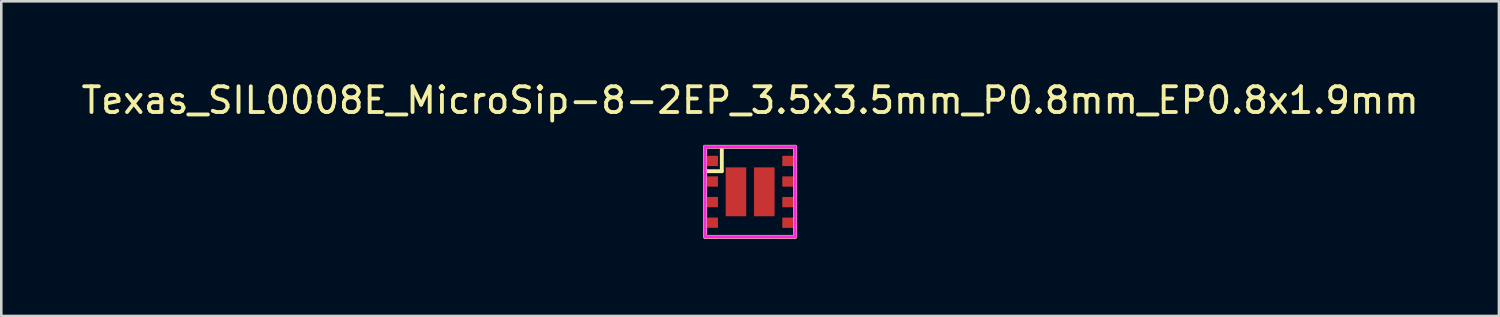
<source format=kicad_pcb>
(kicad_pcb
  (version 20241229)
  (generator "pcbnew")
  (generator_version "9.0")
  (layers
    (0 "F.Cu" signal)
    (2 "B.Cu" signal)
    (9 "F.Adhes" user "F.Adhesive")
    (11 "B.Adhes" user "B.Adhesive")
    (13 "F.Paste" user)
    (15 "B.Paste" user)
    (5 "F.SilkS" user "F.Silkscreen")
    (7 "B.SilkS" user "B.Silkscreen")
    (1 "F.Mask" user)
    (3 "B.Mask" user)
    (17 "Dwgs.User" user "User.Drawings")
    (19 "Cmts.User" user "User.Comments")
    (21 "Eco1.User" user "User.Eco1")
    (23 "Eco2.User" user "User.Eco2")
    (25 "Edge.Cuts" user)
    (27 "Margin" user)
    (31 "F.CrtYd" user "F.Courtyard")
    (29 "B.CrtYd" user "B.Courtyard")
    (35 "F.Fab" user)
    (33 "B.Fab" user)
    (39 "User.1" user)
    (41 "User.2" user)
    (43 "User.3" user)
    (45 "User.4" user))
  (footprint "Texas_SIL0008E_MicroSip-8-2EP_3.5x3.5mm_P0.8mm_EP0.8x1.9mm"
    (layer "F.Cu")
    (at 26.101 4.404)
    (property "Reference" "Texas_SIL0008E_MicroSip-8-2EP_3.5x3.5mm_P0.8mm_EP0.8x1.9mm" (at 0 -3.556 0) (layer "F.SilkS") (effects (font (size 1 1) (thickness 0.15))))
    (attr through_hole)
    (fp_line (start -1.75 -1.75) (end -1.75 1.75) (stroke (width 0.15) (type solid)) (layer "F.SilkS"))
    (fp_line (start -1.75 -0.8) (end -1.1 -0.8) (stroke (width 0.15) (type solid)) (layer "F.SilkS"))
    (fp_line (start -1.75 1.75) (end 1.75 1.75) (stroke (width 0.15) (type solid)) (layer "F.SilkS"))
    (fp_line (start -1.1 -0.8) (end -1.1 -1.7) (stroke (width 0.15) (type solid)) (layer "F.SilkS"))
    (fp_line (start 1.75 -1.75) (end -1.75 -1.75) (stroke (width 0.15) (type solid)) (layer "F.SilkS"))
    (fp_line (start 1.75 1.75) (end 1.75 -1.75) (stroke (width 0.15) (type solid)) (layer "F.SilkS"))
    (fp_line (start -1.75 -1.75) (end -1.75 1.75) (stroke (width 0.12) (type solid)) (layer "F.CrtYd"))
    (fp_line (start -1.75 1.75) (end 1.75 1.75) (stroke (width 0.12) (type solid)) (layer "F.CrtYd"))
    (fp_line (start 1.75 -1.75) (end -1.75 -1.75) (stroke (width 0.12) (type solid)) (layer "F.CrtYd"))
    (fp_line (start 1.75 1.75) (end 1.75 -1.75) (stroke (width 0.12) (type solid)) (layer "F.CrtYd"))
    (pad "1" smd rect (at -1.475 -1.2) (size 0.45 0.4) (layers "F.Cu" "F.Mask" "F.Paste"))
    (pad "2" smd rect (at -1.475 -0.4) (size 0.45 0.4) (layers "F.Cu" "F.Mask" "F.Paste"))
    (pad "3" smd rect (at -1.475 0.4) (size 0.45 0.4) (layers "F.Cu" "F.Mask" "F.Paste"))
    (pad "4" smd rect (at -1.475 1.2) (size 0.45 0.4) (layers "F.Cu" "F.Mask" "F.Paste"))
    (pad "5" smd rect (at 1.475 1.2) (size 0.45 0.4) (layers "F.Cu" "F.Mask" "F.Paste"))
    (pad "6" smd rect (at 1.475 0.4) (size 0.45 0.4) (layers "F.Cu" "F.Mask" "F.Paste"))
    (pad "7" smd rect (at 1.475 -0.4) (size 0.45 0.4) (layers "F.Cu" "F.Mask" "F.Paste"))
    (pad "8" smd rect (at 1.475 -1.2) (size 0.45 0.4) (layers "F.Cu" "F.Mask" "F.Paste"))
    (pad "9" smd rect (at -0.55 0) (size 0.8 1.9) (layers "F.Cu" "F.Mask" "F.Paste"))
    (pad "10" smd rect (at 0.55 0) (size 0.8 1.9) (layers "F.Cu" "F.Mask" "F.Paste")))
  (gr_rect
    (start -3 -3)
    (end 55.202 9.229)
    (stroke (width 0.1) (type default))
    (fill no)
    (layer "Edge.Cuts")))
</source>
